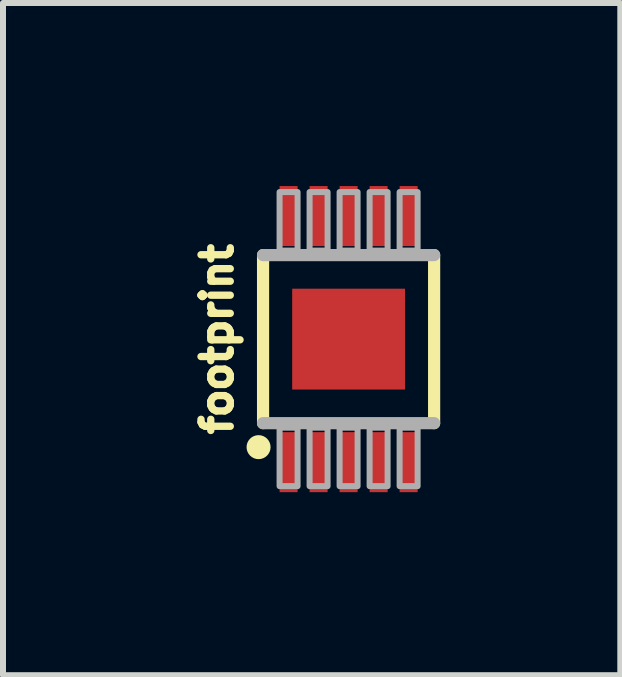
<source format=kicad_pcb>
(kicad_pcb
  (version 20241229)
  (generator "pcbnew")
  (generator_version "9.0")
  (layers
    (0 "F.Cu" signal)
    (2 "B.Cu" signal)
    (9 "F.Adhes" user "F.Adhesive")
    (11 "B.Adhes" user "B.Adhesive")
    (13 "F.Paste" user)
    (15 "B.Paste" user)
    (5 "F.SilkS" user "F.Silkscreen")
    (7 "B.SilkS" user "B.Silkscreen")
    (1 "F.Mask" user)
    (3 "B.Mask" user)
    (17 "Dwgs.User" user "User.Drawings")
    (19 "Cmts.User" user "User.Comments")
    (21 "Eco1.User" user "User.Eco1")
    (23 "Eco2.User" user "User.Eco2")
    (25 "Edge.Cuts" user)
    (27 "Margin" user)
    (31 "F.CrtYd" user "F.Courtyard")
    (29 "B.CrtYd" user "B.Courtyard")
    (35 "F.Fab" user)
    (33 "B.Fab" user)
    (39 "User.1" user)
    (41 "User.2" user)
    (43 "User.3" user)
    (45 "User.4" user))
  (footprint "footprint"
    (layer "F.Cu")
    (at 2.758 2.6)
    (property "Reference" "footprint" (at -1.905 0 90) (layer "F.SilkS") (effects (font (size 0.488 0.488) (thickness 0.122)) (justify bottom)))
    (fp_poly (pts (xy -1.2 2.6) (xy -0.8 2.6) (xy -0.8 1.5) (xy -1.2 1.5)) (stroke (width 0) (type solid)) (fill yes) (layer "F.Mask"))
    (fp_poly (pts (xy -0.8 -2.6) (xy -1.2 -2.6) (xy -1.2 -1.5) (xy -0.8 -1.5)) (stroke (width 0) (type solid)) (fill yes) (layer "F.Mask"))
    (fp_poly (pts (xy -0.7 2.6) (xy -0.3 2.6) (xy -0.3 1.5) (xy -0.7 1.5)) (stroke (width 0) (type solid)) (fill yes) (layer "F.Mask"))
    (fp_poly (pts (xy -0.3 -2.6) (xy -0.7 -2.6) (xy -0.7 -1.5) (xy -0.3 -1.5)) (stroke (width 0) (type solid)) (fill yes) (layer "F.Mask"))
    (fp_poly (pts (xy -0.2 2.6) (xy 0.2 2.6) (xy 0.2 1.5) (xy -0.2 1.5)) (stroke (width 0) (type solid)) (fill yes) (layer "F.Mask"))
    (fp_poly (pts (xy 0.2 -2.6) (xy -0.2 -2.6) (xy -0.2 -1.5) (xy 0.2 -1.5)) (stroke (width 0) (type solid)) (fill yes) (layer "F.Mask"))
    (fp_poly (pts (xy 0.3 2.6) (xy 0.7 2.6) (xy 0.7 1.5) (xy 0.3 1.5)) (stroke (width 0) (type solid)) (fill yes) (layer "F.Mask"))
    (fp_poly (pts (xy 0.7 -2.6) (xy 0.3 -2.6) (xy 0.3 -1.5) (xy 0.7 -1.5)) (stroke (width 0) (type solid)) (fill yes) (layer "F.Mask"))
    (fp_poly (pts (xy 0.8 2.6) (xy 1.2 2.6) (xy 1.2 1.5) (xy 0.8 1.5)) (stroke (width 0) (type solid)) (fill yes) (layer "F.Mask"))
    (fp_poly (pts (xy 1.2 -2.6) (xy 0.8 -2.6) (xy 0.8 -1.5) (xy 1.2 -1.5)) (stroke (width 0) (type solid)) (fill yes) (layer "F.Mask"))
    (fp_line (start -1.425 -1.4) (end -1.425 1.4) (stroke (width 0.203) (type solid)) (layer "F.SilkS"))
    (fp_line (start 1.425 1.4) (end 1.425 -1.4) (stroke (width 0.203) (type solid)) (layer "F.SilkS"))
    (fp_circle (center -1.5 1.8) (end -1.4 1.8) (stroke (width 0.2) (type solid)) (fill yes) (layer "F.SilkS"))
    (fp_poly (pts (xy -1.125 2.5) (xy -0.875 2.5) (xy -0.875 1.625) (xy -1.125 1.625)) (stroke (width 0) (type solid)) (fill yes) (layer "F.Paste"))
    (fp_poly (pts (xy -0.875 -2.5) (xy -1.125 -2.5) (xy -1.125 -1.625) (xy -0.875 -1.625)) (stroke (width 0) (type solid)) (fill yes) (layer "F.Paste"))
    (fp_poly (pts (xy -0.625 2.5) (xy -0.375 2.5) (xy -0.375 1.625) (xy -0.625 1.625)) (stroke (width 0) (type solid)) (fill yes) (layer "F.Paste"))
    (fp_poly (pts (xy -0.375 -2.5) (xy -0.625 -2.5) (xy -0.625 -1.625) (xy -0.375 -1.625)) (stroke (width 0) (type solid)) (fill yes) (layer "F.Paste"))
    (fp_poly (pts (xy -0.125 2.5) (xy 0.125 2.5) (xy 0.125 1.625) (xy -0.125 1.625)) (stroke (width 0) (type solid)) (fill yes) (layer "F.Paste"))
    (fp_poly (pts (xy 0.125 -2.5) (xy -0.125 -2.5) (xy -0.125 -1.625) (xy 0.125 -1.625)) (stroke (width 0) (type solid)) (fill yes) (layer "F.Paste"))
    (fp_poly (pts (xy 0.375 2.5) (xy 0.625 2.5) (xy 0.625 1.625) (xy 0.375 1.625)) (stroke (width 0) (type solid)) (fill yes) (layer "F.Paste"))
    (fp_poly (pts (xy 0.625 -2.5) (xy 0.375 -2.5) (xy 0.375 -1.625) (xy 0.625 -1.625)) (stroke (width 0) (type solid)) (fill yes) (layer "F.Paste"))
    (fp_poly (pts (xy 0.875 2.5) (xy 1.125 2.5) (xy 1.125 1.625) (xy 0.875 1.625)) (stroke (width 0) (type solid)) (fill yes) (layer "F.Paste"))
    (fp_poly (pts (xy 1.125 -2.5) (xy 0.875 -2.5) (xy 0.875 -1.625) (xy 1.125 -1.625)) (stroke (width 0) (type solid)) (fill yes) (layer "F.Paste"))
    (fp_line (start -1.425 1.4) (end 1.425 1.4) (stroke (width 0.203) (type solid)) (layer "F.Fab"))
    (fp_line (start 1.425 -1.4) (end -1.425 -1.4) (stroke (width 0.203) (type solid)) (layer "F.Fab"))
    (fp_poly (pts (xy -1.15 2.45) (xy -0.85 2.45) (xy -0.85 1.475) (xy -1.15 1.475)) (stroke (width 0.1) (type solid)) (fill no) (layer "F.Fab"))
    (fp_poly (pts (xy -0.85 -2.45) (xy -1.15 -2.45) (xy -1.15 -1.475) (xy -0.85 -1.475)) (stroke (width 0.1) (type solid)) (fill no) (layer "F.Fab"))
    (fp_poly (pts (xy -0.65 2.45) (xy -0.35 2.45) (xy -0.35 1.475) (xy -0.65 1.475)) (stroke (width 0.1) (type solid)) (fill no) (layer "F.Fab"))
    (fp_poly (pts (xy -0.35 -2.45) (xy -0.65 -2.45) (xy -0.65 -1.475) (xy -0.35 -1.475)) (stroke (width 0.1) (type solid)) (fill no) (layer "F.Fab"))
    (fp_poly (pts (xy -0.15 2.45) (xy 0.15 2.45) (xy 0.15 1.475) (xy -0.15 1.475)) (stroke (width 0.1) (type solid)) (fill no) (layer "F.Fab"))
    (fp_poly (pts (xy 0.15 -2.45) (xy -0.15 -2.45) (xy -0.15 -1.475) (xy 0.15 -1.475)) (stroke (width 0.1) (type solid)) (fill no) (layer "F.Fab"))
    (fp_poly (pts (xy 0.35 2.45) (xy 0.65 2.45) (xy 0.65 1.475) (xy 0.35 1.475)) (stroke (width 0.1) (type solid)) (fill no) (layer "F.Fab"))
    (fp_poly (pts (xy 0.65 -2.45) (xy 0.35 -2.45) (xy 0.35 -1.475) (xy 0.65 -1.475)) (stroke (width 0.1) (type solid)) (fill no) (layer "F.Fab"))
    (fp_poly (pts (xy 0.85 2.45) (xy 1.15 2.45) (xy 1.15 1.475) (xy 0.85 1.475)) (stroke (width 0.1) (type solid)) (fill no) (layer "F.Fab"))
    (fp_poly (pts (xy 1.15 -2.45) (xy 0.85 -2.45) (xy 0.85 -1.475) (xy 1.15 -1.475)) (stroke (width 0.1) (type solid)) (fill no) (layer "F.Fab"))
    (pad "1" smd rect (at -1 2.05) (size 0.3 1) (layers "F.Cu"))
    (pad "2" smd rect (at -0.5 2.05) (size 0.3 1) (layers "F.Cu"))
    (pad "3" smd rect (at 0 2.05) (size 0.3 1) (layers "F.Cu"))
    (pad "4" smd rect (at 0.5 2.05) (size 0.3 1) (layers "F.Cu"))
    (pad "5" smd rect (at 1 2.05) (size 0.3 1) (layers "F.Cu"))
    (pad "6" smd rect (at 1 -2.05 180) (size 0.3 1) (layers "F.Cu"))
    (pad "7" smd rect (at 0.5 -2.05 180) (size 0.3 1) (layers "F.Cu"))
    (pad "8" smd rect (at 0 -2.05 180) (size 0.3 1) (layers "F.Cu"))
    (pad "9" smd rect (at -0.5 -2.05 180) (size 0.3 1) (layers "F.Cu"))
    (pad "10" smd rect (at -1 -2.05 180) (size 0.3 1) (layers "F.Cu"))
    (pad "11" smd rect (at 0 0) (size 1.88 1.68) (layers "F.Cu" "F.Mask")))
  (gr_rect
    (start -3 -3)
    (end 7.285 8.2)
    (stroke (width 0.1) (type default))
    (fill no)
    (layer "Edge.Cuts")))
</source>
